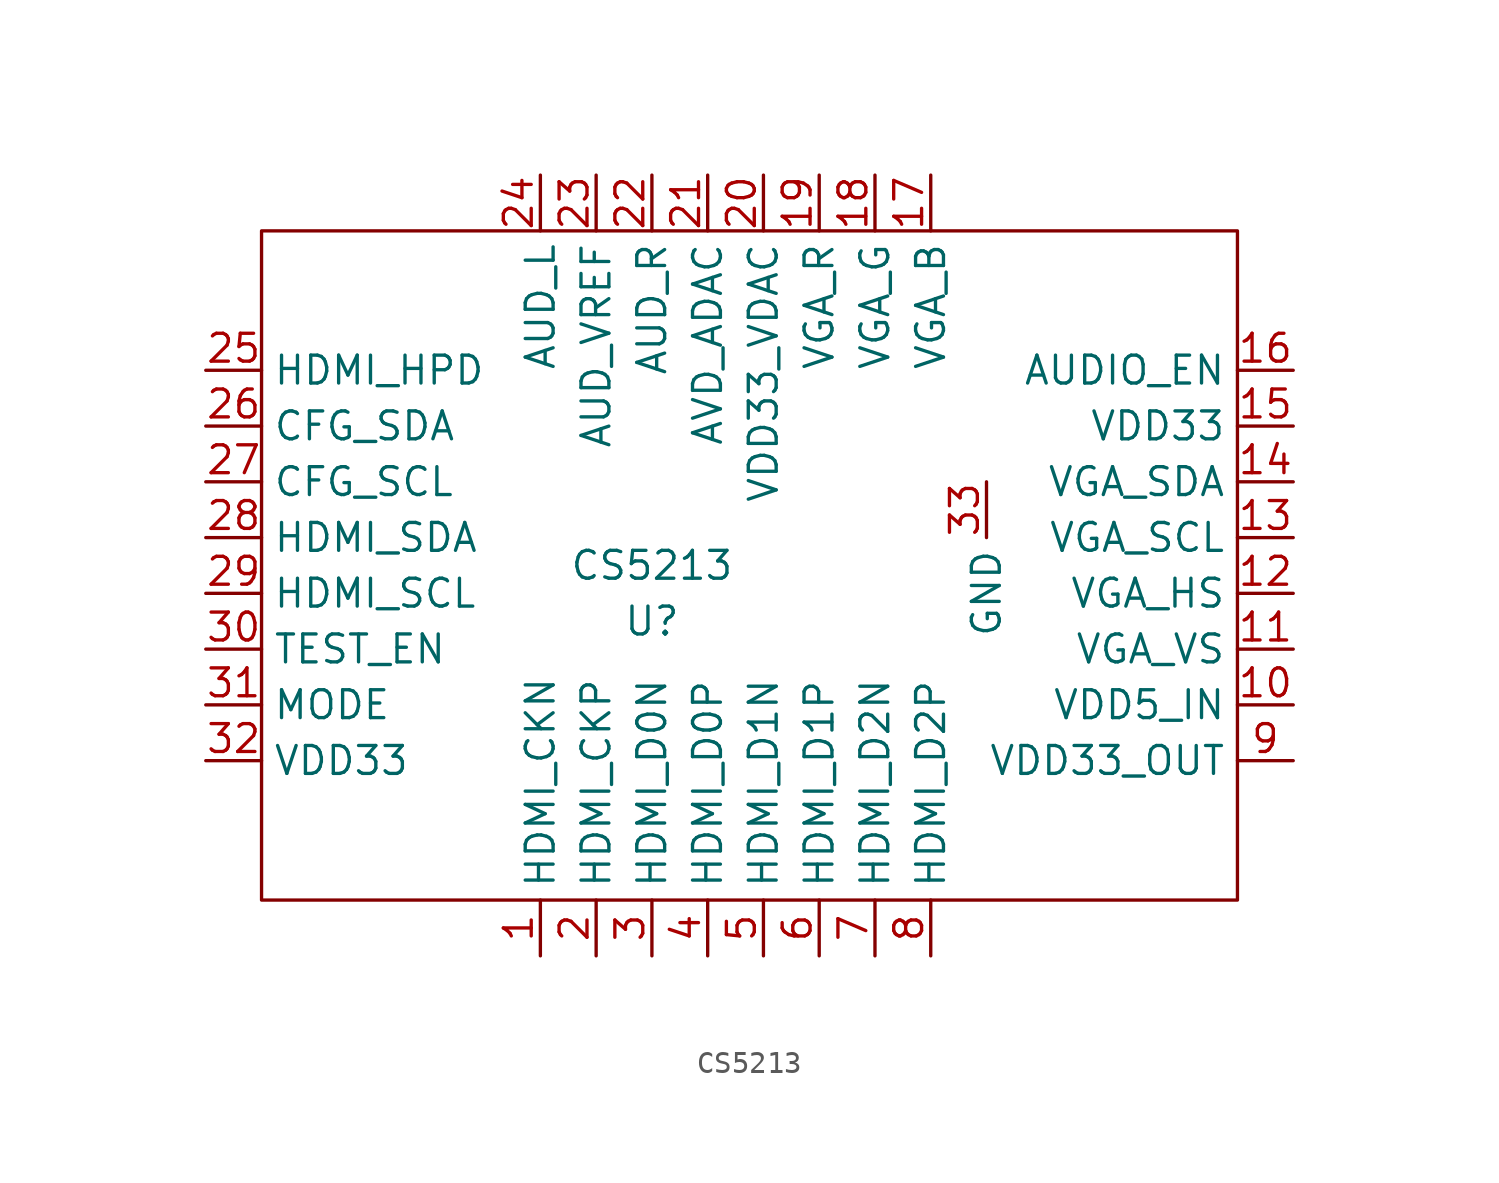
<source format=kicad_sym>
(kicad_symbol_lib
  (version 20211014)
  (generator kicad_symbol_editor)
  (symbol "CS5213"
    (property "Reference" "U"
      (at -3.81 -2.54 0)
      (effects (font (size 1.27 1.27))))
    (property "Value" "CS5213"
      (at -3.81 0 0)
      (effects (font (size 1.27 1.27))))
    (symbol "CS5213_0_1"
      (rectangle (start -21.59 15.24) (end 22.86 -15.24) (stroke (width 0) (type default) (color 0 0 0 0)) (fill (type none))))
    (symbol "CS5213_1_1"
      (pin input line (at -8.89 -17.78 90) (length 2.54) (name "HDMI_CKN" (effects (font (size 1.27 1.27)))) (number "1" (effects (font (size 1.27 1.27)))))
      (pin power_in line (at 25.4 -6.35 180) (length 2.54) (name "VDD5_IN" (effects (font (size 1.27 1.27)))) (number "10" (effects (font (size 1.27 1.27)))))
      (pin output line (at 25.4 -3.81 180) (length 2.54) (name "VGA_VS" (effects (font (size 1.27 1.27)))) (number "11" (effects (font (size 1.27 1.27)))))
      (pin output line (at 25.4 -1.27 180) (length 2.54) (name "VGA_HS" (effects (font (size 1.27 1.27)))) (number "12" (effects (font (size 1.27 1.27)))))
      (pin output line (at 25.4 1.27 180) (length 2.54) (name "VGA_SCL" (effects (font (size 1.27 1.27)))) (number "13" (effects (font (size 1.27 1.27)))))
      (pin output line (at 25.4 3.81 180) (length 2.54) (name "VGA_SDA" (effects (font (size 1.27 1.27)))) (number "14" (effects (font (size 1.27 1.27)))))
      (pin power_in line (at 25.4 6.35 180) (length 2.54) (name "VDD33" (effects (font (size 1.27 1.27)))) (number "15" (effects (font (size 1.27 1.27)))))
      (pin input line (at 25.4 8.89 180) (length 2.54) (name "AUDIO_EN" (effects (font (size 1.27 1.27)))) (number "16" (effects (font (size 1.27 1.27)))))
      (pin output line (at 8.89 17.78 270) (length 2.54) (name "VGA_B" (effects (font (size 1.27 1.27)))) (number "17" (effects (font (size 1.27 1.27)))))
      (pin output line (at 6.35 17.78 270) (length 2.54) (name "VGA_G" (effects (font (size 1.27 1.27)))) (number "18" (effects (font (size 1.27 1.27)))))
      (pin output line (at 3.81 17.78 270) (length 2.54) (name "VGA_R" (effects (font (size 1.27 1.27)))) (number "19" (effects (font (size 1.27 1.27)))))
      (pin input line (at -6.35 -17.78 90) (length 2.54) (name "HDMI_CKP" (effects (font (size 1.27 1.27)))) (number "2" (effects (font (size 1.27 1.27)))))
      (pin power_in line (at 1.27 17.78 270) (length 2.54) (name "VDD33_VDAC" (effects (font (size 1.27 1.27)))) (number "20" (effects (font (size 1.27 1.27)))))
      (pin power_in line (at -1.27 17.78 270) (length 2.54) (name "AVD_ADAC" (effects (font (size 1.27 1.27)))) (number "21" (effects (font (size 1.27 1.27)))))
      (pin output line (at -3.81 17.78 270) (length 2.54) (name "AUD_R" (effects (font (size 1.27 1.27)))) (number "22" (effects (font (size 1.27 1.27)))))
      (pin output line (at -6.35 17.78 270) (length 2.54) (name "AUD_VREF" (effects (font (size 1.27 1.27)))) (number "23" (effects (font (size 1.27 1.27)))))
      (pin output line (at -8.89 17.78 270) (length 2.54) (name "AUD_L" (effects (font (size 1.27 1.27)))) (number "24" (effects (font (size 1.27 1.27)))))
      (pin output line (at -24.13 8.89 0) (length 2.54) (name "HDMI_HPD" (effects (font (size 1.27 1.27)))) (number "25" (effects (font (size 1.27 1.27)))))
      (pin output line (at -24.13 6.35 0) (length 2.54) (name "CFG_SDA" (effects (font (size 1.27 1.27)))) (number "26" (effects (font (size 1.27 1.27)))))
      (pin output line (at -24.13 3.81 0) (length 2.54) (name "CFG_SCL" (effects (font (size 1.27 1.27)))) (number "27" (effects (font (size 1.27 1.27)))))
      (pin output line (at -24.13 1.27 0) (length 2.54) (name "HDMI_SDA" (effects (font (size 1.27 1.27)))) (number "28" (effects (font (size 1.27 1.27)))))
      (pin output line (at -24.13 -1.27 0) (length 2.54) (name "HDMI_SCL" (effects (font (size 1.27 1.27)))) (number "29" (effects (font (size 1.27 1.27)))))
      (pin input line (at -3.81 -17.78 90) (length 2.54) (name "HDMI_D0N" (effects (font (size 1.27 1.27)))) (number "3" (effects (font (size 1.27 1.27)))))
      (pin input line (at -24.13 -3.81 0) (length 2.54) (name "TEST_EN" (effects (font (size 1.27 1.27)))) (number "30" (effects (font (size 1.27 1.27)))))
      (pin input line (at -24.13 -6.35 0) (length 2.54) (name "MODE" (effects (font (size 1.27 1.27)))) (number "31" (effects (font (size 1.27 1.27)))))
      (pin power_in line (at -24.13 -8.89 0) (length 2.54) (name "VDD33" (effects (font (size 1.27 1.27)))) (number "32" (effects (font (size 1.27 1.27)))))
      (pin power_in line (at 11.43 3.81 270) (length 2.54) (name "GND" (effects (font (size 1.27 1.27)))) (number "33" (effects (font (size 1.27 1.27)))))
      (pin input line (at -1.27 -17.78 90) (length 2.54) (name "HDMI_D0P" (effects (font (size 1.27 1.27)))) (number "4" (effects (font (size 1.27 1.27)))))
      (pin input line (at 1.27 -17.78 90) (length 2.54) (name "HDMI_D1N" (effects (font (size 1.27 1.27)))) (number "5" (effects (font (size 1.27 1.27)))))
      (pin input line (at 3.81 -17.78 90) (length 2.54) (name "HDMI_D1P" (effects (font (size 1.27 1.27)))) (number "6" (effects (font (size 1.27 1.27)))))
      (pin input line (at 6.35 -17.78 90) (length 2.54) (name "HDMI_D2N" (effects (font (size 1.27 1.27)))) (number "7" (effects (font (size 1.27 1.27)))))
      (pin input line (at 8.89 -17.78 90) (length 2.54) (name "HDMI_D2P" (effects (font (size 1.27 1.27)))) (number "8" (effects (font (size 1.27 1.27)))))
      (pin power_out line (at 25.4 -8.89 180) (length 2.54) (name "VDD33_OUT" (effects (font (size 1.27 1.27)))) (number "9" (effects (font (size 1.27 1.27))))))))
</source>
